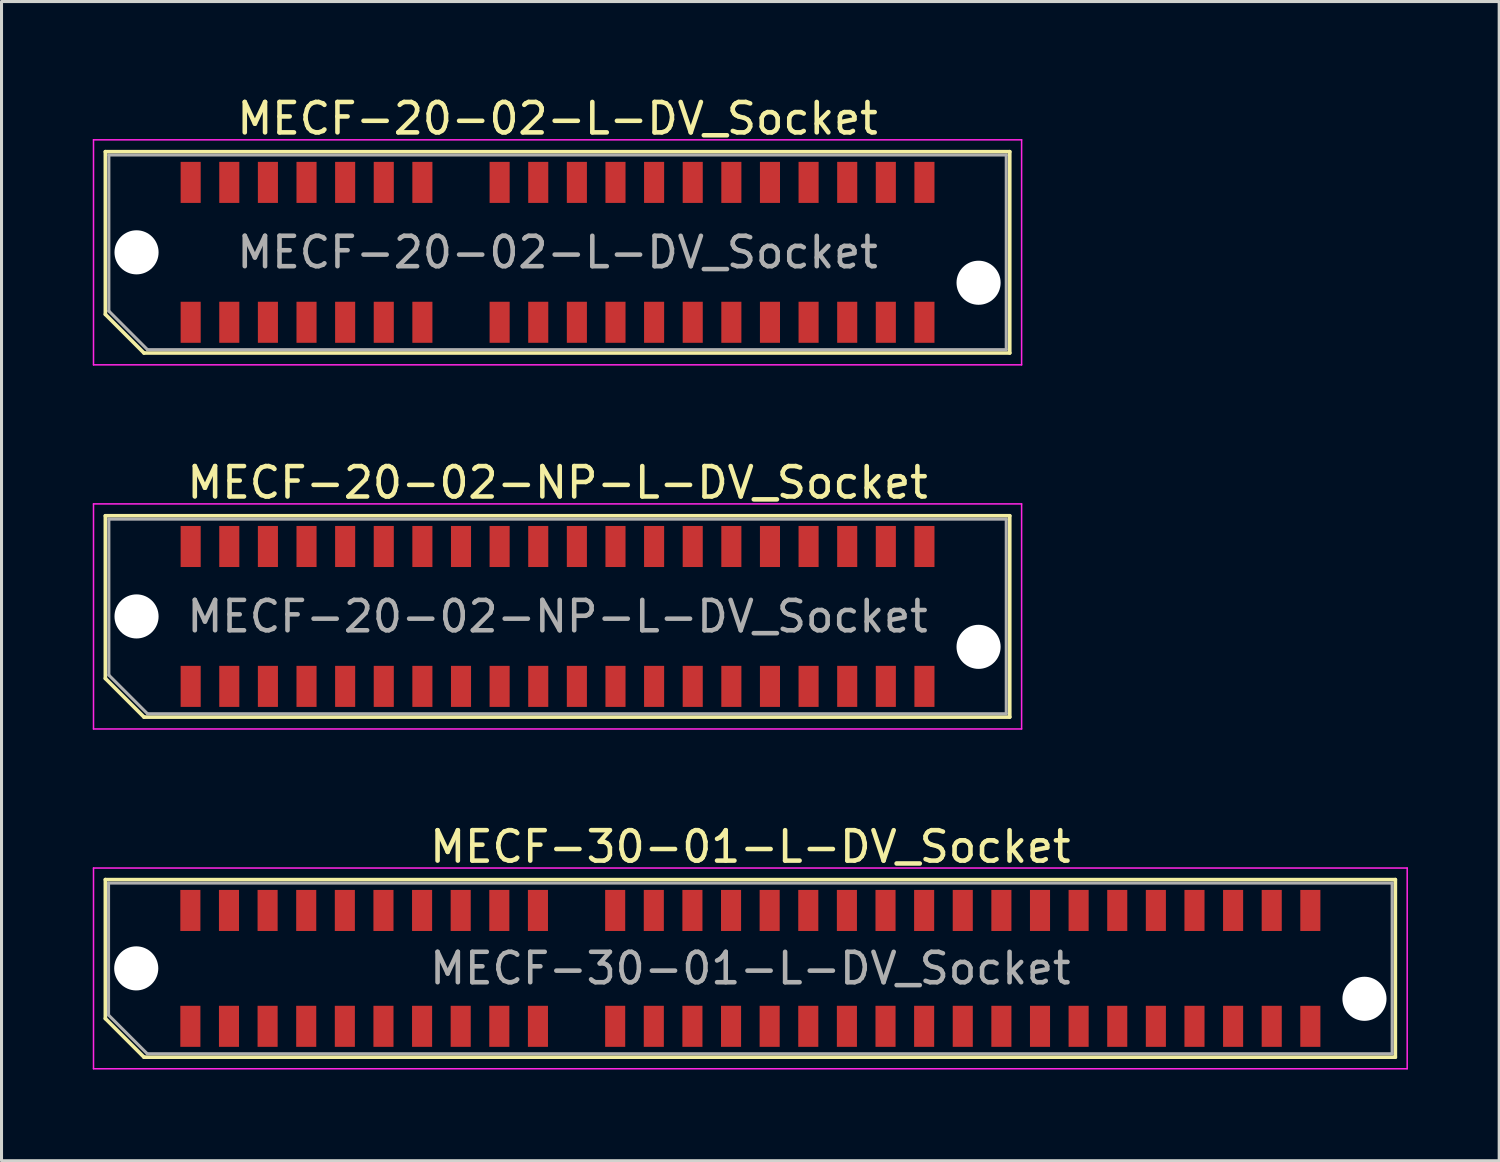
<source format=kicad_pcb>
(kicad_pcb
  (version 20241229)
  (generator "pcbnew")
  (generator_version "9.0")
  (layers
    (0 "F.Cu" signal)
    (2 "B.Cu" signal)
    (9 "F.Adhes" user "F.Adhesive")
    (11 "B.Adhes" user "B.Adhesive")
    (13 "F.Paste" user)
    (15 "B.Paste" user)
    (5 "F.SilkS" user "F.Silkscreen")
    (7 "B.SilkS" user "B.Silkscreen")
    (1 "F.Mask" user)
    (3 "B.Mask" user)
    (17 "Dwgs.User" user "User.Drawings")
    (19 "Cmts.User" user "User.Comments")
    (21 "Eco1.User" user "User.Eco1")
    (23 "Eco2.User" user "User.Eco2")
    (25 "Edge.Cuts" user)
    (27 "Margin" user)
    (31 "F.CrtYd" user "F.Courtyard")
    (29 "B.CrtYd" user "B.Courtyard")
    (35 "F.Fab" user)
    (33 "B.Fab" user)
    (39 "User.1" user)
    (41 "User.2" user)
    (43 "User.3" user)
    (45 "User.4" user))
  (footprint "MECF-20-02-NP-L-DV_Socket"
    (layer "F.Cu")
    (at 15.285 17.221)
    (property "Reference" "MECF-20-02-NP-L-DV_Socket" (at 0 -4.4 0) (layer "F.SilkS") (effects (font (size 1 1) (thickness 0.15))))
    (attr smd)
    (fp_line (start -14.87 -3.31) (end 14.87 -3.31) (stroke (width 0.12) (type solid)) (layer "F.SilkS"))
    (fp_line (start -14.87 2.04) (end -14.87 -3.31) (stroke (width 0.12) (type solid)) (layer "F.SilkS"))
    (fp_line (start -13.6 3.31) (end -14.87 2.04) (stroke (width 0.12) (type solid)) (layer "F.SilkS"))
    (fp_line (start -13.6 3.31) (end 14.87 3.31) (stroke (width 0.12) (type solid)) (layer "F.SilkS"))
    (fp_line (start 14.87 3.31) (end 14.87 -3.31) (stroke (width 0.12) (type solid)) (layer "F.SilkS"))
    (fp_line (start -15.26 -3.7) (end -15.26 3.7) (stroke (width 0.05) (type solid)) (layer "F.CrtYd"))
    (fp_line (start -15.26 3.7) (end 15.26 3.7) (stroke (width 0.05) (type solid)) (layer "F.CrtYd"))
    (fp_line (start 15.26 -3.7) (end -15.26 -3.7) (stroke (width 0.05) (type solid)) (layer "F.CrtYd"))
    (fp_line (start 15.26 3.7) (end 15.26 -3.7) (stroke (width 0.05) (type solid)) (layer "F.CrtYd"))
    (fp_line (start -14.755 -3.2) (end 14.755 -3.2) (stroke (width 0.1) (type solid)) (layer "F.Fab"))
    (fp_line (start -14.755 1.93) (end -14.755 -3.2) (stroke (width 0.1) (type solid)) (layer "F.Fab"))
    (fp_line (start -14.755 1.93) (end -13.485 3.2) (stroke (width 0.1) (type solid)) (layer "F.Fab"))
    (fp_line (start -13.485 3.2) (end 14.755 3.2) (stroke (width 0.1) (type solid)) (layer "F.Fab"))
    (fp_line (start 14.755 3.2) (end 14.755 -3.2) (stroke (width 0.1) (type solid)) (layer "F.Fab"))
    (fp_text user "${REFERENCE}" (at 0 0 0) (layer "F.Fab") (effects (font (size 1 1) (thickness 0.15))))
    (pad "" np_thru_hole circle (at -13.845 0) (size 1.45 1.45) (drill 1.45) (layers "*.Cu" "*.Mask"))
    (pad "" np_thru_hole circle (at 13.845 1) (size 1.45 1.45) (drill 1.45) (layers "*.Cu" "*.Mask"))
    (pad "1" smd rect (at -12.065 2.3) (size 0.66 1.35) (layers "F.Cu" "F.Mask" "F.Paste"))
    (pad "2" smd rect (at -12.065 -2.3) (size 0.66 1.35) (layers "F.Cu" "F.Mask" "F.Paste"))
    (pad "3" smd rect (at -10.795 2.3) (size 0.66 1.35) (layers "F.Cu" "F.Mask" "F.Paste"))
    (pad "4" smd rect (at -10.795 -2.3) (size 0.66 1.35) (layers "F.Cu" "F.Mask" "F.Paste"))
    (pad "5" smd rect (at -9.525 2.3) (size 0.66 1.35) (layers "F.Cu" "F.Mask" "F.Paste"))
    (pad "6" smd rect (at -9.525 -2.3) (size 0.66 1.35) (layers "F.Cu" "F.Mask" "F.Paste"))
    (pad "7" smd rect (at -8.255 2.3) (size 0.66 1.35) (layers "F.Cu" "F.Mask" "F.Paste"))
    (pad "8" smd rect (at -8.255 -2.3) (size 0.66 1.35) (layers "F.Cu" "F.Mask" "F.Paste"))
    (pad "9" smd rect (at -6.985 2.3) (size 0.66 1.35) (layers "F.Cu" "F.Mask" "F.Paste"))
    (pad "10" smd rect (at -6.985 -2.3) (size 0.66 1.35) (layers "F.Cu" "F.Mask" "F.Paste"))
    (pad "11" smd rect (at -5.715 2.3) (size 0.66 1.35) (layers "F.Cu" "F.Mask" "F.Paste"))
    (pad "12" smd rect (at -5.715 -2.3) (size 0.66 1.35) (layers "F.Cu" "F.Mask" "F.Paste"))
    (pad "13" smd rect (at -4.445 2.3) (size 0.66 1.35) (layers "F.Cu" "F.Mask" "F.Paste"))
    (pad "14" smd rect (at -4.445 -2.3) (size 0.66 1.35) (layers "F.Cu" "F.Mask" "F.Paste"))
    (pad "15" smd rect (at -3.175 2.3) (size 0.66 1.35) (layers "F.Cu" "F.Mask" "F.Paste"))
    (pad "16" smd rect (at -3.175 -2.3) (size 0.66 1.35) (layers "F.Cu" "F.Mask" "F.Paste"))
    (pad "17" smd rect (at -1.905 2.3) (size 0.66 1.35) (layers "F.Cu" "F.Mask" "F.Paste"))
    (pad "18" smd rect (at -1.905 -2.3) (size 0.66 1.35) (layers "F.Cu" "F.Mask" "F.Paste"))
    (pad "19" smd rect (at -0.635 2.3) (size 0.66 1.35) (layers "F.Cu" "F.Mask" "F.Paste"))
    (pad "20" smd rect (at -0.635 -2.3) (size 0.66 1.35) (layers "F.Cu" "F.Mask" "F.Paste"))
    (pad "21" smd rect (at 0.635 2.3) (size 0.66 1.35) (layers "F.Cu" "F.Mask" "F.Paste"))
    (pad "22" smd rect (at 0.635 -2.3) (size 0.66 1.35) (layers "F.Cu" "F.Mask" "F.Paste"))
    (pad "23" smd rect (at 1.905 2.3) (size 0.66 1.35) (layers "F.Cu" "F.Mask" "F.Paste"))
    (pad "24" smd rect (at 1.905 -2.3) (size 0.66 1.35) (layers "F.Cu" "F.Mask" "F.Paste"))
    (pad "25" smd rect (at 3.175 2.3) (size 0.66 1.35) (layers "F.Cu" "F.Mask" "F.Paste"))
    (pad "26" smd rect (at 3.175 -2.3) (size 0.66 1.35) (layers "F.Cu" "F.Mask" "F.Paste"))
    (pad "27" smd rect (at 4.445 2.3) (size 0.66 1.35) (layers "F.Cu" "F.Mask" "F.Paste"))
    (pad "28" smd rect (at 4.445 -2.3) (size 0.66 1.35) (layers "F.Cu" "F.Mask" "F.Paste"))
    (pad "29" smd rect (at 5.715 2.3) (size 0.66 1.35) (layers "F.Cu" "F.Mask" "F.Paste"))
    (pad "30" smd rect (at 5.715 -2.3) (size 0.66 1.35) (layers "F.Cu" "F.Mask" "F.Paste"))
    (pad "31" smd rect (at 6.985 2.3) (size 0.66 1.35) (layers "F.Cu" "F.Mask" "F.Paste"))
    (pad "32" smd rect (at 6.985 -2.3) (size 0.66 1.35) (layers "F.Cu" "F.Mask" "F.Paste"))
    (pad "33" smd rect (at 8.255 2.3) (size 0.66 1.35) (layers "F.Cu" "F.Mask" "F.Paste"))
    (pad "34" smd rect (at 8.255 -2.3) (size 0.66 1.35) (layers "F.Cu" "F.Mask" "F.Paste"))
    (pad "35" smd rect (at 9.525 2.3) (size 0.66 1.35) (layers "F.Cu" "F.Mask" "F.Paste"))
    (pad "36" smd rect (at 9.525 -2.3) (size 0.66 1.35) (layers "F.Cu" "F.Mask" "F.Paste"))
    (pad "37" smd rect (at 10.795 2.3) (size 0.66 1.35) (layers "F.Cu" "F.Mask" "F.Paste"))
    (pad "38" smd rect (at 10.795 -2.3) (size 0.66 1.35) (layers "F.Cu" "F.Mask" "F.Paste"))
    (pad "39" smd rect (at 12.065 2.3) (size 0.66 1.35) (layers "F.Cu" "F.Mask" "F.Paste"))
    (pad "40" smd rect (at 12.065 -2.3) (size 0.66 1.35) (layers "F.Cu" "F.Mask" "F.Paste")))
  (footprint "MECF-30-01-L-DV_Socket"
    (layer "F.Cu")
    (at 21.625 28.795)
    (property "Reference" "MECF-30-01-L-DV_Socket" (at 0 -4 0) (layer "F.SilkS") (effects (font (size 1 1) (thickness 0.15))))
    (attr smd)
    (fp_line (start -21.21 -2.92) (end 21.21 -2.92) (stroke (width 0.12) (type solid)) (layer "F.SilkS"))
    (fp_line (start -21.21 1.65) (end -21.21 -2.92) (stroke (width 0.12) (type solid)) (layer "F.SilkS"))
    (fp_line (start -19.94 2.92) (end -21.21 1.65) (stroke (width 0.12) (type solid)) (layer "F.SilkS"))
    (fp_line (start -19.94 2.92) (end 21.21 2.92) (stroke (width 0.12) (type solid)) (layer "F.SilkS"))
    (fp_line (start 21.21 2.92) (end 21.21 -2.92) (stroke (width 0.12) (type solid)) (layer "F.SilkS"))
    (fp_line (start -21.6 -3.3) (end -21.6 3.3) (stroke (width 0.05) (type solid)) (layer "F.CrtYd"))
    (fp_line (start -21.6 3.3) (end 21.6 3.3) (stroke (width 0.05) (type solid)) (layer "F.CrtYd"))
    (fp_line (start 21.6 -3.3) (end -21.6 -3.3) (stroke (width 0.05) (type solid)) (layer "F.CrtYd"))
    (fp_line (start 21.6 3.3) (end 21.6 -3.3) (stroke (width 0.05) (type solid)) (layer "F.CrtYd"))
    (fp_line (start -21.105 -2.805) (end 21.105 -2.805) (stroke (width 0.1) (type solid)) (layer "F.Fab"))
    (fp_line (start -21.105 1.535) (end -21.105 -2.805) (stroke (width 0.1) (type solid)) (layer "F.Fab"))
    (fp_line (start -21.105 1.535) (end -19.835 2.805) (stroke (width 0.1) (type solid)) (layer "F.Fab"))
    (fp_line (start -19.835 2.805) (end 21.105 2.805) (stroke (width 0.1) (type solid)) (layer "F.Fab"))
    (fp_line (start 21.105 2.805) (end 21.105 -2.805) (stroke (width 0.1) (type solid)) (layer "F.Fab"))
    (fp_text user "${REFERENCE}" (at 0 0 0) (layer "F.Fab") (effects (font (size 1 1) (thickness 0.15))))
    (pad "" np_thru_hole circle (at -20.195 0) (size 1.45 1.45) (drill 1.45) (layers "*.Cu" "*.Mask"))
    (pad "" np_thru_hole circle (at 20.195 1) (size 1.45 1.45) (drill 1.45) (layers "*.Cu" "*.Mask"))
    (pad "1" smd rect (at -18.415 1.905) (size 0.66 1.35) (layers "F.Cu" "F.Mask" "F.Paste"))
    (pad "2" smd rect (at -18.415 -1.905) (size 0.66 1.35) (layers "F.Cu" "F.Mask" "F.Paste"))
    (pad "3" smd rect (at -17.145 1.905) (size 0.66 1.35) (layers "F.Cu" "F.Mask" "F.Paste"))
    (pad "4" smd rect (at -17.145 -1.905) (size 0.66 1.35) (layers "F.Cu" "F.Mask" "F.Paste"))
    (pad "5" smd rect (at -15.875 1.905) (size 0.66 1.35) (layers "F.Cu" "F.Mask" "F.Paste"))
    (pad "6" smd rect (at -15.875 -1.905) (size 0.66 1.35) (layers "F.Cu" "F.Mask" "F.Paste"))
    (pad "7" smd rect (at -14.605 1.905) (size 0.66 1.35) (layers "F.Cu" "F.Mask" "F.Paste"))
    (pad "8" smd rect (at -14.605 -1.905) (size 0.66 1.35) (layers "F.Cu" "F.Mask" "F.Paste"))
    (pad "9" smd rect (at -13.335 1.905) (size 0.66 1.35) (layers "F.Cu" "F.Mask" "F.Paste"))
    (pad "10" smd rect (at -13.335 -1.905) (size 0.66 1.35) (layers "F.Cu" "F.Mask" "F.Paste"))
    (pad "11" smd rect (at -12.065 1.905) (size 0.66 1.35) (layers "F.Cu" "F.Mask" "F.Paste"))
    (pad "12" smd rect (at -12.065 -1.905) (size 0.66 1.35) (layers "F.Cu" "F.Mask" "F.Paste"))
    (pad "13" smd rect (at -10.795 1.905) (size 0.66 1.35) (layers "F.Cu" "F.Mask" "F.Paste"))
    (pad "14" smd rect (at -10.795 -1.905) (size 0.66 1.35) (layers "F.Cu" "F.Mask" "F.Paste"))
    (pad "15" smd rect (at -9.525 1.905) (size 0.66 1.35) (layers "F.Cu" "F.Mask" "F.Paste"))
    (pad "16" smd rect (at -9.525 -1.905) (size 0.66 1.35) (layers "F.Cu" "F.Mask" "F.Paste"))
    (pad "17" smd rect (at -8.255 1.905) (size 0.66 1.35) (layers "F.Cu" "F.Mask" "F.Paste"))
    (pad "18" smd rect (at -8.255 -1.905) (size 0.66 1.35) (layers "F.Cu" "F.Mask" "F.Paste"))
    (pad "19" smd rect (at -6.985 1.905) (size 0.66 1.35) (layers "F.Cu" "F.Mask" "F.Paste"))
    (pad "20" smd rect (at -6.985 -1.905) (size 0.66 1.35) (layers "F.Cu" "F.Mask" "F.Paste"))
    (pad "23" smd rect (at -4.445 1.905) (size 0.66 1.35) (layers "F.Cu" "F.Mask" "F.Paste"))
    (pad "24" smd rect (at -4.445 -1.905) (size 0.66 1.35) (layers "F.Cu" "F.Mask" "F.Paste"))
    (pad "25" smd rect (at -3.175 1.905) (size 0.66 1.35) (layers "F.Cu" "F.Mask" "F.Paste"))
    (pad "26" smd rect (at -3.175 -1.905) (size 0.66 1.35) (layers "F.Cu" "F.Mask" "F.Paste"))
    (pad "27" smd rect (at -1.905 1.905) (size 0.66 1.35) (layers "F.Cu" "F.Mask" "F.Paste"))
    (pad "28" smd rect (at -1.905 -1.905) (size 0.66 1.35) (layers "F.Cu" "F.Mask" "F.Paste"))
    (pad "29" smd rect (at -0.635 1.905) (size 0.66 1.35) (layers "F.Cu" "F.Mask" "F.Paste"))
    (pad "30" smd rect (at -0.635 -1.905) (size 0.66 1.35) (layers "F.Cu" "F.Mask" "F.Paste"))
    (pad "31" smd rect (at 0.635 1.905) (size 0.66 1.35) (layers "F.Cu" "F.Mask" "F.Paste"))
    (pad "32" smd rect (at 0.635 -1.905) (size 0.66 1.35) (layers "F.Cu" "F.Mask" "F.Paste"))
    (pad "33" smd rect (at 1.905 1.905) (size 0.66 1.35) (layers "F.Cu" "F.Mask" "F.Paste"))
    (pad "34" smd rect (at 1.905 -1.905) (size 0.66 1.35) (layers "F.Cu" "F.Mask" "F.Paste"))
    (pad "35" smd rect (at 3.175 1.905) (size 0.66 1.35) (layers "F.Cu" "F.Mask" "F.Paste"))
    (pad "36" smd rect (at 3.175 -1.905) (size 0.66 1.35) (layers "F.Cu" "F.Mask" "F.Paste"))
    (pad "37" smd rect (at 4.445 1.905) (size 0.66 1.35) (layers "F.Cu" "F.Mask" "F.Paste"))
    (pad "38" smd rect (at 4.445 -1.905) (size 0.66 1.35) (layers "F.Cu" "F.Mask" "F.Paste"))
    (pad "39" smd rect (at 5.715 1.905) (size 0.66 1.35) (layers "F.Cu" "F.Mask" "F.Paste"))
    (pad "40" smd rect (at 5.715 -1.905) (size 0.66 1.35) (layers "F.Cu" "F.Mask" "F.Paste"))
    (pad "41" smd rect (at 6.985 1.905) (size 0.66 1.35) (layers "F.Cu" "F.Mask" "F.Paste"))
    (pad "42" smd rect (at 6.985 -1.905) (size 0.66 1.35) (layers "F.Cu" "F.Mask" "F.Paste"))
    (pad "43" smd rect (at 8.255 1.905) (size 0.66 1.35) (layers "F.Cu" "F.Mask" "F.Paste"))
    (pad "44" smd rect (at 8.255 -1.905) (size 0.66 1.35) (layers "F.Cu" "F.Mask" "F.Paste"))
    (pad "45" smd rect (at 9.525 1.905) (size 0.66 1.35) (layers "F.Cu" "F.Mask" "F.Paste"))
    (pad "46" smd rect (at 9.525 -1.905) (size 0.66 1.35) (layers "F.Cu" "F.Mask" "F.Paste"))
    (pad "47" smd rect (at 10.795 1.905) (size 0.66 1.35) (layers "F.Cu" "F.Mask" "F.Paste"))
    (pad "48" smd rect (at 10.795 -1.905) (size 0.66 1.35) (layers "F.Cu" "F.Mask" "F.Paste"))
    (pad "49" smd rect (at 12.065 1.905) (size 0.66 1.35) (layers "F.Cu" "F.Mask" "F.Paste"))
    (pad "50" smd rect (at 12.065 -1.905) (size 0.66 1.35) (layers "F.Cu" "F.Mask" "F.Paste"))
    (pad "51" smd rect (at 13.335 1.905) (size 0.66 1.35) (layers "F.Cu" "F.Mask" "F.Paste"))
    (pad "52" smd rect (at 13.335 -1.905) (size 0.66 1.35) (layers "F.Cu" "F.Mask" "F.Paste"))
    (pad "53" smd rect (at 14.605 1.905) (size 0.66 1.35) (layers "F.Cu" "F.Mask" "F.Paste"))
    (pad "54" smd rect (at 14.605 -1.905) (size 0.66 1.35) (layers "F.Cu" "F.Mask" "F.Paste"))
    (pad "55" smd rect (at 15.875 1.905) (size 0.66 1.35) (layers "F.Cu" "F.Mask" "F.Paste"))
    (pad "56" smd rect (at 15.875 -1.905) (size 0.66 1.35) (layers "F.Cu" "F.Mask" "F.Paste"))
    (pad "57" smd rect (at 17.145 1.905) (size 0.66 1.35) (layers "F.Cu" "F.Mask" "F.Paste"))
    (pad "58" smd rect (at 17.145 -1.905) (size 0.66 1.35) (layers "F.Cu" "F.Mask" "F.Paste"))
    (pad "59" smd rect (at 18.415 1.905) (size 0.66 1.35) (layers "F.Cu" "F.Mask" "F.Paste"))
    (pad "60" smd rect (at 18.415 -1.905) (size 0.66 1.35) (layers "F.Cu" "F.Mask" "F.Paste")))
  (footprint "MECF-20-02-L-DV_Socket"
    (layer "F.Cu")
    (at 15.285 5.248)
    (property "Reference" "MECF-20-02-L-DV_Socket" (at 0 -4.4 0) (layer "F.SilkS") (effects (font (size 1 1) (thickness 0.15))))
    (attr smd)
    (fp_line (start -14.87 -3.31) (end 14.87 -3.31) (stroke (width 0.12) (type solid)) (layer "F.SilkS"))
    (fp_line (start -14.87 2.04) (end -14.87 -3.31) (stroke (width 0.12) (type solid)) (layer "F.SilkS"))
    (fp_line (start -13.6 3.31) (end -14.87 2.04) (stroke (width 0.12) (type solid)) (layer "F.SilkS"))
    (fp_line (start -13.6 3.31) (end 14.87 3.31) (stroke (width 0.12) (type solid)) (layer "F.SilkS"))
    (fp_line (start 14.87 3.31) (end 14.87 -3.31) (stroke (width 0.12) (type solid)) (layer "F.SilkS"))
    (fp_line (start -15.26 -3.7) (end -15.26 3.7) (stroke (width 0.05) (type solid)) (layer "F.CrtYd"))
    (fp_line (start -15.26 3.7) (end 15.26 3.7) (stroke (width 0.05) (type solid)) (layer "F.CrtYd"))
    (fp_line (start 15.26 -3.7) (end -15.26 -3.7) (stroke (width 0.05) (type solid)) (layer "F.CrtYd"))
    (fp_line (start 15.26 3.7) (end 15.26 -3.7) (stroke (width 0.05) (type solid)) (layer "F.CrtYd"))
    (fp_line (start -14.755 -3.2) (end 14.755 -3.2) (stroke (width 0.1) (type solid)) (layer "F.Fab"))
    (fp_line (start -14.755 1.93) (end -14.755 -3.2) (stroke (width 0.1) (type solid)) (layer "F.Fab"))
    (fp_line (start -14.755 1.93) (end -13.485 3.2) (stroke (width 0.1) (type solid)) (layer "F.Fab"))
    (fp_line (start -13.485 3.2) (end 14.755 3.2) (stroke (width 0.1) (type solid)) (layer "F.Fab"))
    (fp_line (start 14.755 3.2) (end 14.755 -3.2) (stroke (width 0.1) (type solid)) (layer "F.Fab"))
    (fp_text user "${REFERENCE}" (at 0 0 0) (layer "F.Fab") (effects (font (size 1 1) (thickness 0.15))))
    (pad "" np_thru_hole circle (at -13.845 0) (size 1.45 1.45) (drill 1.45) (layers "*.Cu" "*.Mask"))
    (pad "" np_thru_hole circle (at 13.845 1) (size 1.45 1.45) (drill 1.45) (layers "*.Cu" "*.Mask"))
    (pad "1" smd rect (at -12.065 2.3) (size 0.66 1.35) (layers "F.Cu" "F.Mask" "F.Paste"))
    (pad "2" smd rect (at -12.065 -2.3) (size 0.66 1.35) (layers "F.Cu" "F.Mask" "F.Paste"))
    (pad "3" smd rect (at -10.795 2.3) (size 0.66 1.35) (layers "F.Cu" "F.Mask" "F.Paste"))
    (pad "4" smd rect (at -10.795 -2.3) (size 0.66 1.35) (layers "F.Cu" "F.Mask" "F.Paste"))
    (pad "5" smd rect (at -9.525 2.3) (size 0.66 1.35) (layers "F.Cu" "F.Mask" "F.Paste"))
    (pad "6" smd rect (at -9.525 -2.3) (size 0.66 1.35) (layers "F.Cu" "F.Mask" "F.Paste"))
    (pad "7" smd rect (at -8.255 2.3) (size 0.66 1.35) (layers "F.Cu" "F.Mask" "F.Paste"))
    (pad "8" smd rect (at -8.255 -2.3) (size 0.66 1.35) (layers "F.Cu" "F.Mask" "F.Paste"))
    (pad "9" smd rect (at -6.985 2.3) (size 0.66 1.35) (layers "F.Cu" "F.Mask" "F.Paste"))
    (pad "10" smd rect (at -6.985 -2.3) (size 0.66 1.35) (layers "F.Cu" "F.Mask" "F.Paste"))
    (pad "11" smd rect (at -5.715 2.3) (size 0.66 1.35) (layers "F.Cu" "F.Mask" "F.Paste"))
    (pad "12" smd rect (at -5.715 -2.3) (size 0.66 1.35) (layers "F.Cu" "F.Mask" "F.Paste"))
    (pad "13" smd rect (at -4.445 2.3) (size 0.66 1.35) (layers "F.Cu" "F.Mask" "F.Paste"))
    (pad "14" smd rect (at -4.445 -2.3) (size 0.66 1.35) (layers "F.Cu" "F.Mask" "F.Paste"))
    (pad "17" smd rect (at -1.905 2.3) (size 0.66 1.35) (layers "F.Cu" "F.Mask" "F.Paste"))
    (pad "18" smd rect (at -1.905 -2.3) (size 0.66 1.35) (layers "F.Cu" "F.Mask" "F.Paste"))
    (pad "19" smd rect (at -0.635 2.3) (size 0.66 1.35) (layers "F.Cu" "F.Mask" "F.Paste"))
    (pad "20" smd rect (at -0.635 -2.3) (size 0.66 1.35) (layers "F.Cu" "F.Mask" "F.Paste"))
    (pad "21" smd rect (at 0.635 2.3) (size 0.66 1.35) (layers "F.Cu" "F.Mask" "F.Paste"))
    (pad "22" smd rect (at 0.635 -2.3) (size 0.66 1.35) (layers "F.Cu" "F.Mask" "F.Paste"))
    (pad "23" smd rect (at 1.905 2.3) (size 0.66 1.35) (layers "F.Cu" "F.Mask" "F.Paste"))
    (pad "24" smd rect (at 1.905 -2.3) (size 0.66 1.35) (layers "F.Cu" "F.Mask" "F.Paste"))
    (pad "25" smd rect (at 3.175 2.3) (size 0.66 1.35) (layers "F.Cu" "F.Mask" "F.Paste"))
    (pad "26" smd rect (at 3.175 -2.3) (size 0.66 1.35) (layers "F.Cu" "F.Mask" "F.Paste"))
    (pad "27" smd rect (at 4.445 2.3) (size 0.66 1.35) (layers "F.Cu" "F.Mask" "F.Paste"))
    (pad "28" smd rect (at 4.445 -2.3) (size 0.66 1.35) (layers "F.Cu" "F.Mask" "F.Paste"))
    (pad "29" smd rect (at 5.715 2.3) (size 0.66 1.35) (layers "F.Cu" "F.Mask" "F.Paste"))
    (pad "30" smd rect (at 5.715 -2.3) (size 0.66 1.35) (layers "F.Cu" "F.Mask" "F.Paste"))
    (pad "31" smd rect (at 6.985 2.3) (size 0.66 1.35) (layers "F.Cu" "F.Mask" "F.Paste"))
    (pad "32" smd rect (at 6.985 -2.3) (size 0.66 1.35) (layers "F.Cu" "F.Mask" "F.Paste"))
    (pad "33" smd rect (at 8.255 2.3) (size 0.66 1.35) (layers "F.Cu" "F.Mask" "F.Paste"))
    (pad "34" smd rect (at 8.255 -2.3) (size 0.66 1.35) (layers "F.Cu" "F.Mask" "F.Paste"))
    (pad "35" smd rect (at 9.525 2.3) (size 0.66 1.35) (layers "F.Cu" "F.Mask" "F.Paste"))
    (pad "36" smd rect (at 9.525 -2.3) (size 0.66 1.35) (layers "F.Cu" "F.Mask" "F.Paste"))
    (pad "37" smd rect (at 10.795 2.3) (size 0.66 1.35) (layers "F.Cu" "F.Mask" "F.Paste"))
    (pad "38" smd rect (at 10.795 -2.3) (size 0.66 1.35) (layers "F.Cu" "F.Mask" "F.Paste"))
    (pad "39" smd rect (at 12.065 2.3) (size 0.66 1.35) (layers "F.Cu" "F.Mask" "F.Paste"))
    (pad "40" smd rect (at 12.065 -2.3) (size 0.66 1.35) (layers "F.Cu" "F.Mask" "F.Paste")))
  (gr_rect
    (start -3 -3)
    (end 46.25 35.12)
    (stroke (width 0.1) (type default))
    (fill no)
    (layer "Edge.Cuts")))
</source>
